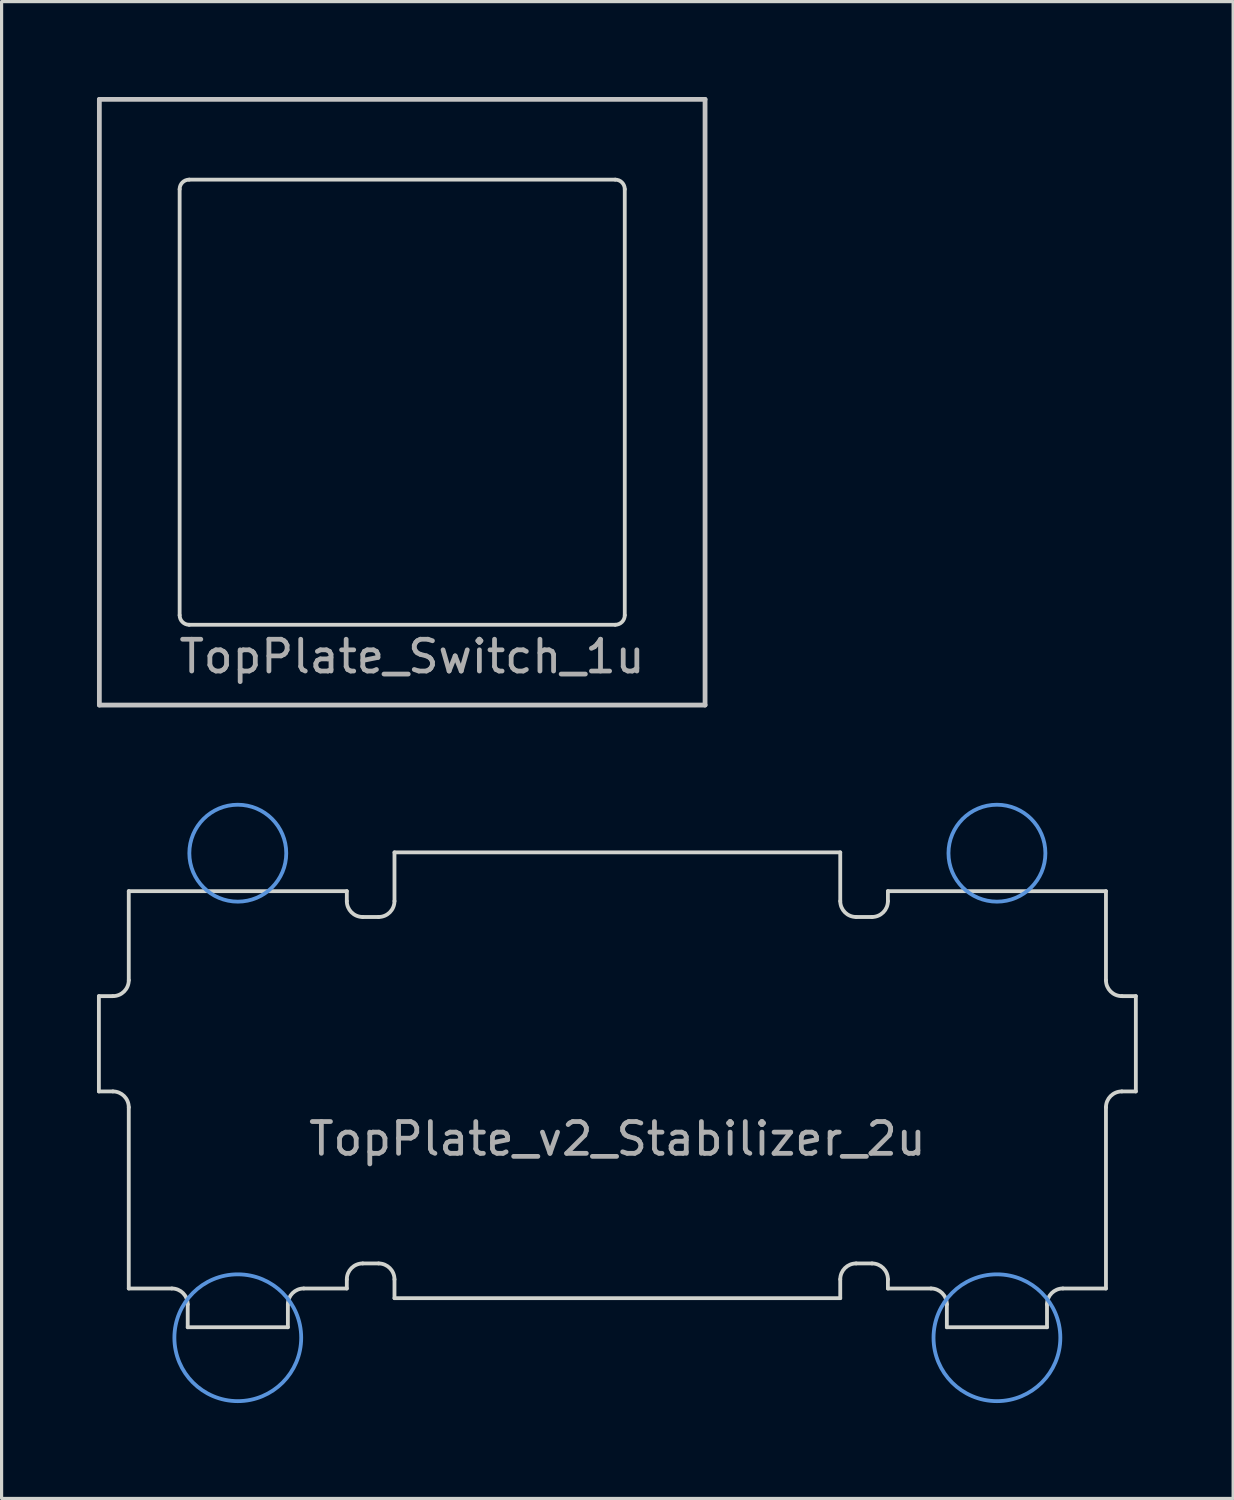
<source format=kicad_pcb>
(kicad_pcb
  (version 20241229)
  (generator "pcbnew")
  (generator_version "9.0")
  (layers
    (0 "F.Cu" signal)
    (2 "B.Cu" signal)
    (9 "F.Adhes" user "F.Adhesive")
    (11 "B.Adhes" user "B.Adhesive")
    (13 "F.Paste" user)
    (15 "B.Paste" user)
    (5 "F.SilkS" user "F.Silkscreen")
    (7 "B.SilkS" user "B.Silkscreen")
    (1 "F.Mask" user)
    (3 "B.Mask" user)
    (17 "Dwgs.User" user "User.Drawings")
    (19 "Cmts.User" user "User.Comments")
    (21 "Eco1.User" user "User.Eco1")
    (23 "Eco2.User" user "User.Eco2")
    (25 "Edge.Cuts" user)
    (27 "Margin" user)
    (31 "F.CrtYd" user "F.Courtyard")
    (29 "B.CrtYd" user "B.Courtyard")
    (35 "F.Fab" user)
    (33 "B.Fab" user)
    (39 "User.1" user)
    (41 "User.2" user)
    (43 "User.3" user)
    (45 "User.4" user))
  (footprint "TopPlate_Switch_1u"
    (layer "F.Cu")
    (at 9.6 9.6)
    (property "Reference" "TopPlate_Switch_1u" (at -7.1 8 180) (layer "F.Fab") (effects (font (size 1 1) (thickness 0.15)) (justify left)))
    (attr through_hole)
    (fp_line (start -9.525 -9.525) (end 9.525 -9.525) (stroke (width 0.15) (type solid)) (layer "Dwgs.User"))
    (fp_line (start -9.525 9.525) (end -9.525 -9.525) (stroke (width 0.15) (type solid)) (layer "Dwgs.User"))
    (fp_line (start 9.525 -9.525) (end 9.525 9.525) (stroke (width 0.15) (type solid)) (layer "Dwgs.User"))
    (fp_line (start 9.525 9.525) (end -9.525 9.525) (stroke (width 0.15) (type solid)) (layer "Dwgs.User"))
    (fp_line (start -7 -6.7) (end -7 6.7) (stroke (width 0.12) (type solid)) (layer "Edge.Cuts"))
    (fp_line (start -6.7 7) (end 6.7 7) (stroke (width 0.12) (type solid)) (layer "Edge.Cuts"))
    (fp_line (start 6.7 -7) (end -6.7 -7) (stroke (width 0.12) (type solid)) (layer "Edge.Cuts"))
    (fp_line (start 7 6.7) (end 7 -6.7) (stroke (width 0.12) (type solid)) (layer "Edge.Cuts"))
    (fp_arc (start -7 -6.7) (mid -6.912132 -6.912132) (end -6.7 -7) (stroke (width 0.12) (type solid)) (layer "Edge.Cuts"))
    (fp_arc (start -6.7 7) (mid -6.912132 6.912132) (end -7 6.7) (stroke (width 0.12) (type solid)) (layer "Edge.Cuts"))
    (fp_arc (start 6.7 -7) (mid 6.912132 -6.912132) (end 7 -6.7) (stroke (width 0.12) (type solid)) (layer "Edge.Cuts"))
    (fp_arc (start 7 6.7) (mid 6.912132 6.912132) (end 6.7 7) (stroke (width 0.12) (type solid)) (layer "Edge.Cuts")))
  (footprint "TopPlate_v2_Stabilizer_2u"
    (layer "F.Cu")
    (at 16.367 30.769)
    (property "Reference" "TopPlate_v2_Stabilizer_2u" (at 0 2 0) (layer "F.Fab") (effects (font (size 1 1) (thickness 0.15))))
    (attr through_hole)
    (fp_circle (center -11.938 -6.985) (end -13.462 -6.985) (stroke (width 0.12) (type solid)) (fill no) (layer "Cmts.User"))
    (fp_circle (center -11.938 8.255) (end -13.932 8.255) (stroke (width 0.12) (type solid)) (fill no) (layer "Cmts.User"))
    (fp_circle (center 11.938 -6.985) (end 10.414 -6.985) (stroke (width 0.12) (type solid)) (fill no) (layer "Cmts.User"))
    (fp_circle (center 11.938 8.255) (end 9.944 8.255) (stroke (width 0.12) (type solid)) (fill no) (layer "Cmts.User"))
    (fp_line (start -16.307 -2.489) (end -15.867 -2.489) (stroke (width 0.12) (type solid)) (layer "Edge.Cuts"))
    (fp_line (start -16.307 0.508) (end -16.307 -2.489) (stroke (width 0.12) (type solid)) (layer "Edge.Cuts"))
    (fp_line (start -15.867 0.508) (end -16.307 0.508) (stroke (width 0.12) (type solid)) (layer "Edge.Cuts"))
    (fp_line (start -15.367 -5.791) (end -8.509 -5.791) (stroke (width 0.12) (type solid)) (layer "Edge.Cuts"))
    (fp_line (start -15.367 -2.989) (end -15.367 -5.791) (stroke (width 0.12) (type solid)) (layer "Edge.Cuts"))
    (fp_line (start -15.367 6.706) (end -15.367 1.008) (stroke (width 0.12) (type solid)) (layer "Edge.Cuts"))
    (fp_line (start -14.013 6.706) (end -15.367 6.706) (stroke (width 0.12) (type solid)) (layer "Edge.Cuts"))
    (fp_line (start -13.513 7.925) (end -13.513 7.206) (stroke (width 0.12) (type solid)) (layer "Edge.Cuts"))
    (fp_line (start -10.363 7.206) (end -10.363 7.925) (stroke (width 0.12) (type solid)) (layer "Edge.Cuts"))
    (fp_line (start -10.363 7.925) (end -13.513 7.925) (stroke (width 0.12) (type solid)) (layer "Edge.Cuts"))
    (fp_line (start -8.509 -5.791) (end -8.509 -5.478) (stroke (width 0.12) (type solid)) (layer "Edge.Cuts"))
    (fp_line (start -8.509 6.418) (end -8.509 6.706) (stroke (width 0.12) (type solid)) (layer "Edge.Cuts"))
    (fp_line (start -8.509 6.706) (end -9.863 6.706) (stroke (width 0.12) (type solid)) (layer "Edge.Cuts"))
    (fp_line (start -8.01 -4.978) (end -7.51 -4.978) (stroke (width 0.12) (type solid)) (layer "Edge.Cuts"))
    (fp_line (start -7.51 5.918) (end -8.009 5.918) (stroke (width 0.12) (type solid)) (layer "Edge.Cuts"))
    (fp_line (start -7.01 -7.01) (end 7.01 -7.01) (stroke (width 0.12) (type solid)) (layer "Edge.Cuts"))
    (fp_line (start -7.01 -5.478) (end -7.01 -7.01) (stroke (width 0.12) (type solid)) (layer "Edge.Cuts"))
    (fp_line (start -7.01 7.01) (end -7.01 6.418) (stroke (width 0.12) (type solid)) (layer "Edge.Cuts"))
    (fp_line (start 7.01 -7.01) (end 7.01 -5.478) (stroke (width 0.12) (type solid)) (layer "Edge.Cuts"))
    (fp_line (start 7.01 6.418) (end 7.01 7.01) (stroke (width 0.12) (type solid)) (layer "Edge.Cuts"))
    (fp_line (start 7.01 7.01) (end -7.01 7.01) (stroke (width 0.12) (type solid)) (layer "Edge.Cuts"))
    (fp_line (start 7.51 -4.978) (end 8.01 -4.978) (stroke (width 0.12) (type solid)) (layer "Edge.Cuts"))
    (fp_line (start 8.009 5.918) (end 7.51 5.918) (stroke (width 0.12) (type solid)) (layer "Edge.Cuts"))
    (fp_line (start 8.509 -5.791) (end 15.367 -5.791) (stroke (width 0.12) (type solid)) (layer "Edge.Cuts"))
    (fp_line (start 8.509 -5.478) (end 8.509 -5.791) (stroke (width 0.12) (type solid)) (layer "Edge.Cuts"))
    (fp_line (start 8.509 6.706) (end 8.509 6.418) (stroke (width 0.12) (type solid)) (layer "Edge.Cuts"))
    (fp_line (start 9.863 6.706) (end 8.509 6.706) (stroke (width 0.12) (type solid)) (layer "Edge.Cuts"))
    (fp_line (start 10.363 7.925) (end 10.363 7.206) (stroke (width 0.12) (type solid)) (layer "Edge.Cuts"))
    (fp_line (start 13.513 7.206) (end 13.513 7.925) (stroke (width 0.12) (type solid)) (layer "Edge.Cuts"))
    (fp_line (start 13.513 7.925) (end 10.363 7.925) (stroke (width 0.12) (type solid)) (layer "Edge.Cuts"))
    (fp_line (start 15.367 -5.791) (end 15.367 -2.989) (stroke (width 0.12) (type solid)) (layer "Edge.Cuts"))
    (fp_line (start 15.367 1.008) (end 15.367 6.706) (stroke (width 0.12) (type solid)) (layer "Edge.Cuts"))
    (fp_line (start 15.367 6.706) (end 14.013 6.706) (stroke (width 0.12) (type solid)) (layer "Edge.Cuts"))
    (fp_line (start 15.867 -2.489) (end 16.307 -2.489) (stroke (width 0.12) (type solid)) (layer "Edge.Cuts"))
    (fp_line (start 16.307 -2.489) (end 16.307 0.508) (stroke (width 0.12) (type solid)) (layer "Edge.Cuts"))
    (fp_line (start 16.307 0.508) (end 15.867 0.508) (stroke (width 0.12) (type solid)) (layer "Edge.Cuts"))
    (fp_arc (start -15.867 0.508) (mid -15.513447 0.654447) (end -15.367 1.008) (stroke (width 0.12) (type solid)) (layer "Edge.Cuts"))
    (fp_arc (start -15.367 -2.9892) (mid -15.513447 -2.635647) (end -15.867 -2.4892) (stroke (width 0.12) (type solid)) (layer "Edge.Cuts"))
    (fp_arc (start -14.0128 6.7056) (mid -13.659247 6.852047) (end -13.5128 7.2056) (stroke (width 0.12) (type solid)) (layer "Edge.Cuts"))
    (fp_arc (start -10.3632 7.2056) (mid -10.216753 6.852047) (end -9.8632 6.7056) (stroke (width 0.12) (type solid)) (layer "Edge.Cuts"))
    (fp_arc (start -8.509 6.4182) (mid -8.362553 6.064647) (end -8.009 5.9182) (stroke (width 0.12) (type solid)) (layer "Edge.Cuts"))
    (fp_arc (start -8.0097 -4.9784) (mid -8.362801 -5.125094) (end -8.509 -5.4784) (stroke (width 0.12) (type solid)) (layer "Edge.Cuts"))
    (fp_arc (start -7.5097 5.9182) (mid -7.156599 6.064894) (end -7.0104 6.4182) (stroke (width 0.12) (type solid)) (layer "Edge.Cuts"))
    (fp_arc (start -7.0104 -5.4784) (mid -7.156847 -5.124847) (end -7.5104 -4.9784) (stroke (width 0.12) (type solid)) (layer "Edge.Cuts"))
    (fp_arc (start 7.0104 6.4182) (mid 7.156847 6.064647) (end 7.5104 5.9182) (stroke (width 0.12) (type solid)) (layer "Edge.Cuts"))
    (fp_arc (start 7.5104 -4.9784) (mid 7.156847 -5.124847) (end 7.0104 -5.4784) (stroke (width 0.12) (type solid)) (layer "Edge.Cuts"))
    (fp_arc (start 8.009 5.9182) (mid 8.362553 6.064647) (end 8.509 6.4182) (stroke (width 0.12) (type solid)) (layer "Edge.Cuts"))
    (fp_arc (start 8.509 -5.4784) (mid 8.362801 -5.125094) (end 8.0097 -4.9784) (stroke (width 0.12) (type solid)) (layer "Edge.Cuts"))
    (fp_arc (start 9.8632 6.7056) (mid 10.216753 6.852047) (end 10.3632 7.2056) (stroke (width 0.12) (type solid)) (layer "Edge.Cuts"))
    (fp_arc (start 13.5128 7.2056) (mid 13.659247 6.852047) (end 14.0128 6.7056) (stroke (width 0.12) (type solid)) (layer "Edge.Cuts"))
    (fp_arc (start 15.367 1.008) (mid 15.513447 0.654447) (end 15.867 0.508) (stroke (width 0.12) (type solid)) (layer "Edge.Cuts"))
    (fp_arc (start 15.867 -2.4892) (mid 15.513447 -2.635647) (end 15.367 -2.9892) (stroke (width 0.12) (type solid)) (layer "Edge.Cuts")))
  (gr_rect
    (start -3 -3)
    (end 35.734 44.078)
    (stroke (width 0.1) (type default))
    (fill no)
    (layer "Edge.Cuts")))
</source>
